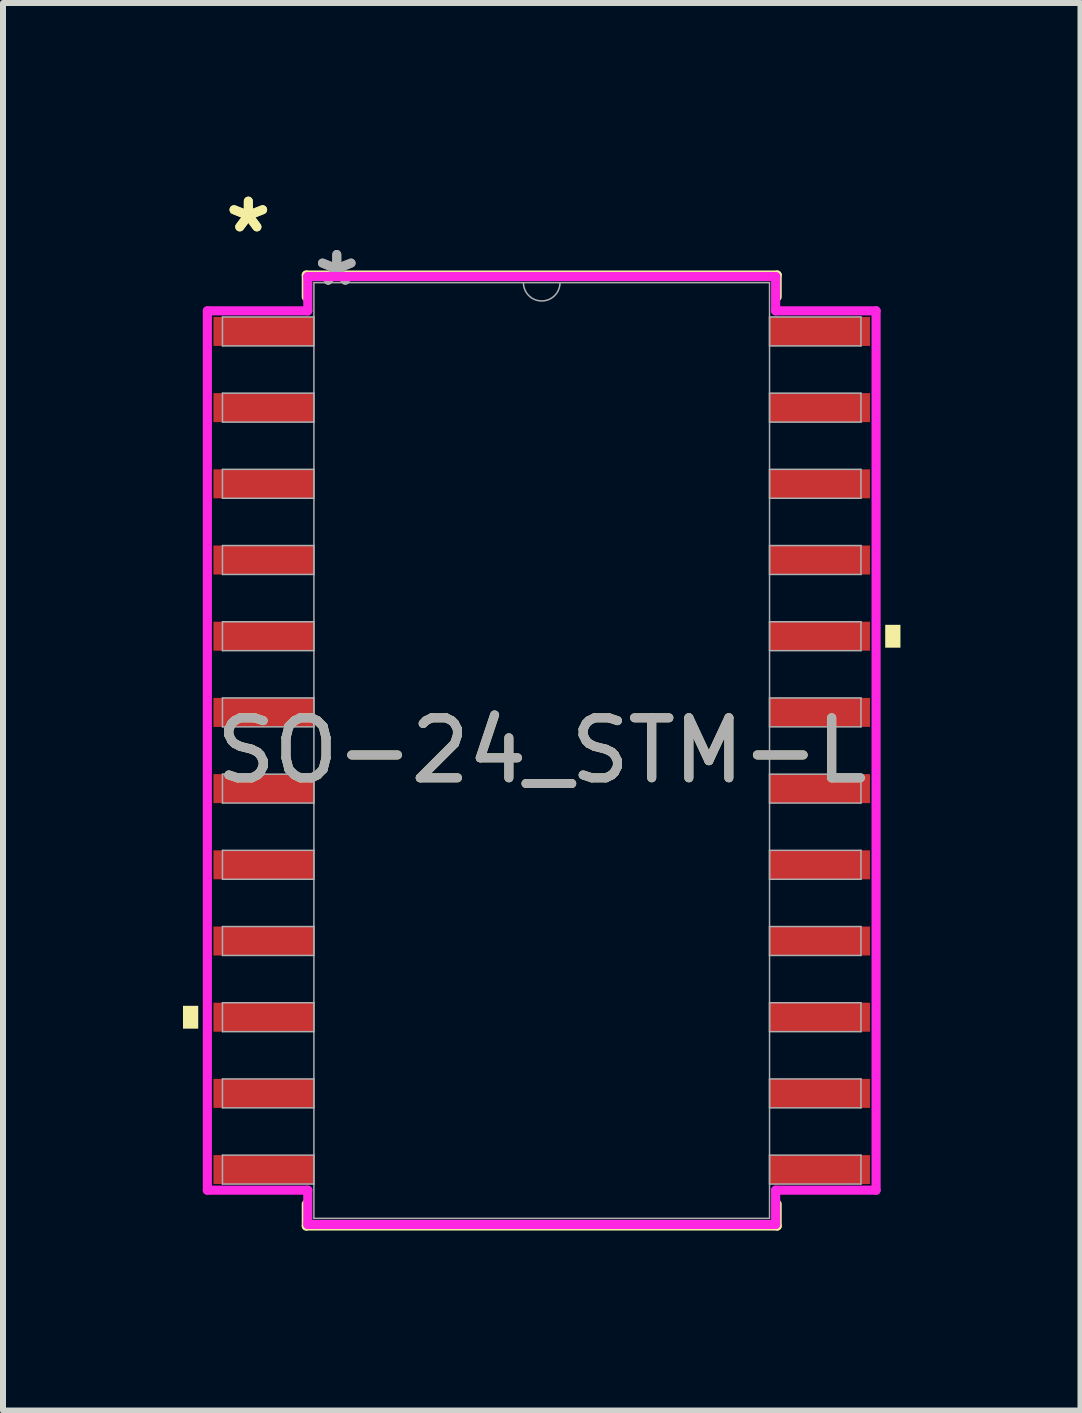
<source format=kicad_pcb>
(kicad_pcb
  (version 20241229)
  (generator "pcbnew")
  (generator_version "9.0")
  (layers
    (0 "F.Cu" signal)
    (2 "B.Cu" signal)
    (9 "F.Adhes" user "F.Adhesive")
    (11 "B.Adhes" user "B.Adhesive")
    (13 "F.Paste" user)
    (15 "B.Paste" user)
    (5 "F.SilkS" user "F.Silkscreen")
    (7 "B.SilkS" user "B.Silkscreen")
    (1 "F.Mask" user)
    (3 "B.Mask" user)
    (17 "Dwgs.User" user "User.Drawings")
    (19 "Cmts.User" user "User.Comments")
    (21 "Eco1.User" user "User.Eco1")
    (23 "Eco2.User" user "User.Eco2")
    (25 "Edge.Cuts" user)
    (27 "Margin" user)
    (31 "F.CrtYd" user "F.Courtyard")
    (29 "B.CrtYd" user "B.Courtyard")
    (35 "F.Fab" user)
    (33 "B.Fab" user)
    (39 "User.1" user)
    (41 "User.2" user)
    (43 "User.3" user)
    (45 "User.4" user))
  (footprint "SO-24_STM-L"
    (layer "F.Cu")
    (at 5.979 9.459)
    (property "Reference" "SO-24_STM-L" (at 0 0 0) (unlocked yes) (layer "F.SilkS") (effects (font (size 1 1) (thickness 0.15))))
    (attr smd)
    (fp_line (start -3.924 -7.925) (end -3.924 -7.559) (stroke (width 0.152) (type solid)) (layer "F.SilkS"))
    (fp_line (start -3.924 7.559) (end -3.924 7.925) (stroke (width 0.152) (type solid)) (layer "F.SilkS"))
    (fp_line (start -3.924 7.925) (end 3.924 7.925) (stroke (width 0.152) (type solid)) (layer "F.SilkS"))
    (fp_line (start 3.924 -7.925) (end -3.924 -7.925) (stroke (width 0.152) (type solid)) (layer "F.SilkS"))
    (fp_line (start 3.924 -7.559) (end 3.924 -7.925) (stroke (width 0.152) (type solid)) (layer "F.SilkS"))
    (fp_line (start 3.924 7.925) (end 3.924 7.559) (stroke (width 0.152) (type solid)) (layer "F.SilkS"))
    (fp_poly (pts (xy -5.979 4.255) (xy -5.979 4.636) (xy -5.725 4.636) (xy -5.725 4.255)) (stroke (width 0) (type solid)) (fill yes) (layer "F.SilkS"))
    (fp_poly (pts (xy 5.979 -2.095) (xy 5.979 -1.714) (xy 5.725 -1.714) (xy 5.725 -2.095)) (stroke (width 0) (type solid)) (fill yes) (layer "F.SilkS"))
    (fp_line (start -5.573 -7.328) (end -3.899 -7.328) (stroke (width 0.152) (type solid)) (layer "F.CrtYd"))
    (fp_line (start -5.573 7.328) (end -5.573 -7.328) (stroke (width 0.152) (type solid)) (layer "F.CrtYd"))
    (fp_line (start -5.573 7.328) (end -3.899 7.328) (stroke (width 0.152) (type solid)) (layer "F.CrtYd"))
    (fp_line (start -3.899 -7.899) (end 3.899 -7.899) (stroke (width 0.152) (type solid)) (layer "F.CrtYd"))
    (fp_line (start -3.899 -7.328) (end -3.899 -7.899) (stroke (width 0.152) (type solid)) (layer "F.CrtYd"))
    (fp_line (start -3.899 7.899) (end -3.899 7.328) (stroke (width 0.152) (type solid)) (layer "F.CrtYd"))
    (fp_line (start 3.899 -7.899) (end 3.899 -7.328) (stroke (width 0.152) (type solid)) (layer "F.CrtYd"))
    (fp_line (start 3.899 7.328) (end 3.899 7.899) (stroke (width 0.152) (type solid)) (layer "F.CrtYd"))
    (fp_line (start 3.899 7.899) (end -3.899 7.899) (stroke (width 0.152) (type solid)) (layer "F.CrtYd"))
    (fp_line (start 5.573 -7.328) (end 3.899 -7.328) (stroke (width 0.152) (type solid)) (layer "F.CrtYd"))
    (fp_line (start 5.573 -7.328) (end 5.573 7.328) (stroke (width 0.152) (type solid)) (layer "F.CrtYd"))
    (fp_line (start 5.573 7.328) (end 3.899 7.328) (stroke (width 0.152) (type solid)) (layer "F.CrtYd"))
    (fp_line (start -5.321 -7.226) (end -5.321 -6.744) (stroke (width 0.025) (type solid)) (layer "F.Fab"))
    (fp_line (start -5.321 -6.744) (end -3.797 -6.744) (stroke (width 0.025) (type solid)) (layer "F.Fab"))
    (fp_line (start -5.321 -5.956) (end -5.321 -5.474) (stroke (width 0.025) (type solid)) (layer "F.Fab"))
    (fp_line (start -5.321 -5.474) (end -3.797 -5.474) (stroke (width 0.025) (type solid)) (layer "F.Fab"))
    (fp_line (start -5.321 -4.686) (end -5.321 -4.204) (stroke (width 0.025) (type solid)) (layer "F.Fab"))
    (fp_line (start -5.321 -4.204) (end -3.797 -4.204) (stroke (width 0.025) (type solid)) (layer "F.Fab"))
    (fp_line (start -5.321 -3.416) (end -5.321 -2.934) (stroke (width 0.025) (type solid)) (layer "F.Fab"))
    (fp_line (start -5.321 -2.934) (end -3.797 -2.934) (stroke (width 0.025) (type solid)) (layer "F.Fab"))
    (fp_line (start -5.321 -2.146) (end -5.321 -1.664) (stroke (width 0.025) (type solid)) (layer "F.Fab"))
    (fp_line (start -5.321 -1.664) (end -3.797 -1.664) (stroke (width 0.025) (type solid)) (layer "F.Fab"))
    (fp_line (start -5.321 -0.876) (end -5.321 -0.394) (stroke (width 0.025) (type solid)) (layer "F.Fab"))
    (fp_line (start -5.321 -0.394) (end -3.797 -0.394) (stroke (width 0.025) (type solid)) (layer "F.Fab"))
    (fp_line (start -5.321 0.394) (end -5.321 0.876) (stroke (width 0.025) (type solid)) (layer "F.Fab"))
    (fp_line (start -5.321 0.876) (end -3.797 0.876) (stroke (width 0.025) (type solid)) (layer "F.Fab"))
    (fp_line (start -5.321 1.664) (end -5.321 2.146) (stroke (width 0.025) (type solid)) (layer "F.Fab"))
    (fp_line (start -5.321 2.146) (end -3.797 2.146) (stroke (width 0.025) (type solid)) (layer "F.Fab"))
    (fp_line (start -5.321 2.934) (end -5.321 3.416) (stroke (width 0.025) (type solid)) (layer "F.Fab"))
    (fp_line (start -5.321 3.416) (end -3.797 3.416) (stroke (width 0.025) (type solid)) (layer "F.Fab"))
    (fp_line (start -5.321 4.204) (end -5.321 4.686) (stroke (width 0.025) (type solid)) (layer "F.Fab"))
    (fp_line (start -5.321 4.686) (end -3.797 4.686) (stroke (width 0.025) (type solid)) (layer "F.Fab"))
    (fp_line (start -5.321 5.474) (end -5.321 5.956) (stroke (width 0.025) (type solid)) (layer "F.Fab"))
    (fp_line (start -5.321 5.956) (end -3.797 5.956) (stroke (width 0.025) (type solid)) (layer "F.Fab"))
    (fp_line (start -5.321 6.744) (end -5.321 7.226) (stroke (width 0.025) (type solid)) (layer "F.Fab"))
    (fp_line (start -5.321 7.226) (end -3.797 7.226) (stroke (width 0.025) (type solid)) (layer "F.Fab"))
    (fp_line (start -3.797 -7.798) (end -3.797 7.798) (stroke (width 0.025) (type solid)) (layer "F.Fab"))
    (fp_line (start -3.797 -7.226) (end -5.321 -7.226) (stroke (width 0.025) (type solid)) (layer "F.Fab"))
    (fp_line (start -3.797 -6.744) (end -3.797 -7.226) (stroke (width 0.025) (type solid)) (layer "F.Fab"))
    (fp_line (start -3.797 -5.956) (end -5.321 -5.956) (stroke (width 0.025) (type solid)) (layer "F.Fab"))
    (fp_line (start -3.797 -5.474) (end -3.797 -5.956) (stroke (width 0.025) (type solid)) (layer "F.Fab"))
    (fp_line (start -3.797 -4.686) (end -5.321 -4.686) (stroke (width 0.025) (type solid)) (layer "F.Fab"))
    (fp_line (start -3.797 -4.204) (end -3.797 -4.686) (stroke (width 0.025) (type solid)) (layer "F.Fab"))
    (fp_line (start -3.797 -3.416) (end -5.321 -3.416) (stroke (width 0.025) (type solid)) (layer "F.Fab"))
    (fp_line (start -3.797 -2.934) (end -3.797 -3.416) (stroke (width 0.025) (type solid)) (layer "F.Fab"))
    (fp_line (start -3.797 -2.146) (end -5.321 -2.146) (stroke (width 0.025) (type solid)) (layer "F.Fab"))
    (fp_line (start -3.797 -1.664) (end -3.797 -2.146) (stroke (width 0.025) (type solid)) (layer "F.Fab"))
    (fp_line (start -3.797 -0.876) (end -5.321 -0.876) (stroke (width 0.025) (type solid)) (layer "F.Fab"))
    (fp_line (start -3.797 -0.394) (end -3.797 -0.876) (stroke (width 0.025) (type solid)) (layer "F.Fab"))
    (fp_line (start -3.797 0.394) (end -5.321 0.394) (stroke (width 0.025) (type solid)) (layer "F.Fab"))
    (fp_line (start -3.797 0.876) (end -3.797 0.394) (stroke (width 0.025) (type solid)) (layer "F.Fab"))
    (fp_line (start -3.797 1.664) (end -5.321 1.664) (stroke (width 0.025) (type solid)) (layer "F.Fab"))
    (fp_line (start -3.797 2.146) (end -3.797 1.664) (stroke (width 0.025) (type solid)) (layer "F.Fab"))
    (fp_line (start -3.797 2.934) (end -5.321 2.934) (stroke (width 0.025) (type solid)) (layer "F.Fab"))
    (fp_line (start -3.797 3.416) (end -3.797 2.934) (stroke (width 0.025) (type solid)) (layer "F.Fab"))
    (fp_line (start -3.797 4.204) (end -5.321 4.204) (stroke (width 0.025) (type solid)) (layer "F.Fab"))
    (fp_line (start -3.797 4.686) (end -3.797 4.204) (stroke (width 0.025) (type solid)) (layer "F.Fab"))
    (fp_line (start -3.797 5.474) (end -5.321 5.474) (stroke (width 0.025) (type solid)) (layer "F.Fab"))
    (fp_line (start -3.797 5.956) (end -3.797 5.474) (stroke (width 0.025) (type solid)) (layer "F.Fab"))
    (fp_line (start -3.797 6.744) (end -5.321 6.744) (stroke (width 0.025) (type solid)) (layer "F.Fab"))
    (fp_line (start -3.797 7.226) (end -3.797 6.744) (stroke (width 0.025) (type solid)) (layer "F.Fab"))
    (fp_line (start -3.797 7.798) (end 3.797 7.798) (stroke (width 0.025) (type solid)) (layer "F.Fab"))
    (fp_line (start 3.797 -7.798) (end -3.797 -7.798) (stroke (width 0.025) (type solid)) (layer "F.Fab"))
    (fp_line (start 3.797 -7.226) (end 3.797 -6.744) (stroke (width 0.025) (type solid)) (layer "F.Fab"))
    (fp_line (start 3.797 -6.744) (end 5.321 -6.744) (stroke (width 0.025) (type solid)) (layer "F.Fab"))
    (fp_line (start 3.797 -5.956) (end 3.797 -5.474) (stroke (width 0.025) (type solid)) (layer "F.Fab"))
    (fp_line (start 3.797 -5.474) (end 5.321 -5.474) (stroke (width 0.025) (type solid)) (layer "F.Fab"))
    (fp_line (start 3.797 -4.686) (end 3.797 -4.204) (stroke (width 0.025) (type solid)) (layer "F.Fab"))
    (fp_line (start 3.797 -4.204) (end 5.321 -4.204) (stroke (width 0.025) (type solid)) (layer "F.Fab"))
    (fp_line (start 3.797 -3.416) (end 3.797 -2.934) (stroke (width 0.025) (type solid)) (layer "F.Fab"))
    (fp_line (start 3.797 -2.934) (end 5.321 -2.934) (stroke (width 0.025) (type solid)) (layer "F.Fab"))
    (fp_line (start 3.797 -2.146) (end 3.797 -1.664) (stroke (width 0.025) (type solid)) (layer "F.Fab"))
    (fp_line (start 3.797 -1.664) (end 5.321 -1.664) (stroke (width 0.025) (type solid)) (layer "F.Fab"))
    (fp_line (start 3.797 -0.876) (end 3.797 -0.394) (stroke (width 0.025) (type solid)) (layer "F.Fab"))
    (fp_line (start 3.797 -0.394) (end 5.321 -0.394) (stroke (width 0.025) (type solid)) (layer "F.Fab"))
    (fp_line (start 3.797 0.394) (end 3.797 0.876) (stroke (width 0.025) (type solid)) (layer "F.Fab"))
    (fp_line (start 3.797 0.876) (end 5.321 0.876) (stroke (width 0.025) (type solid)) (layer "F.Fab"))
    (fp_line (start 3.797 1.664) (end 3.797 2.146) (stroke (width 0.025) (type solid)) (layer "F.Fab"))
    (fp_line (start 3.797 2.146) (end 5.321 2.146) (stroke (width 0.025) (type solid)) (layer "F.Fab"))
    (fp_line (start 3.797 2.934) (end 3.797 3.416) (stroke (width 0.025) (type solid)) (layer "F.Fab"))
    (fp_line (start 3.797 3.416) (end 5.321 3.416) (stroke (width 0.025) (type solid)) (layer "F.Fab"))
    (fp_line (start 3.797 4.204) (end 3.797 4.686) (stroke (width 0.025) (type solid)) (layer "F.Fab"))
    (fp_line (start 3.797 4.686) (end 5.321 4.686) (stroke (width 0.025) (type solid)) (layer "F.Fab"))
    (fp_line (start 3.797 5.474) (end 3.797 5.956) (stroke (width 0.025) (type solid)) (layer "F.Fab"))
    (fp_line (start 3.797 5.956) (end 5.321 5.956) (stroke (width 0.025) (type solid)) (layer "F.Fab"))
    (fp_line (start 3.797 6.744) (end 3.797 7.226) (stroke (width 0.025) (type solid)) (layer "F.Fab"))
    (fp_line (start 3.797 7.226) (end 5.321 7.226) (stroke (width 0.025) (type solid)) (layer "F.Fab"))
    (fp_line (start 3.797 7.798) (end 3.797 -7.798) (stroke (width 0.025) (type solid)) (layer "F.Fab"))
    (fp_line (start 5.321 -7.226) (end 3.797 -7.226) (stroke (width 0.025) (type solid)) (layer "F.Fab"))
    (fp_line (start 5.321 -6.744) (end 5.321 -7.226) (stroke (width 0.025) (type solid)) (layer "F.Fab"))
    (fp_line (start 5.321 -5.956) (end 3.797 -5.956) (stroke (width 0.025) (type solid)) (layer "F.Fab"))
    (fp_line (start 5.321 -5.474) (end 5.321 -5.956) (stroke (width 0.025) (type solid)) (layer "F.Fab"))
    (fp_line (start 5.321 -4.686) (end 3.797 -4.686) (stroke (width 0.025) (type solid)) (layer "F.Fab"))
    (fp_line (start 5.321 -4.204) (end 5.321 -4.686) (stroke (width 0.025) (type solid)) (layer "F.Fab"))
    (fp_line (start 5.321 -3.416) (end 3.797 -3.416) (stroke (width 0.025) (type solid)) (layer "F.Fab"))
    (fp_line (start 5.321 -2.934) (end 5.321 -3.416) (stroke (width 0.025) (type solid)) (layer "F.Fab"))
    (fp_line (start 5.321 -2.146) (end 3.797 -2.146) (stroke (width 0.025) (type solid)) (layer "F.Fab"))
    (fp_line (start 5.321 -1.664) (end 5.321 -2.146) (stroke (width 0.025) (type solid)) (layer "F.Fab"))
    (fp_line (start 5.321 -0.876) (end 3.797 -0.876) (stroke (width 0.025) (type solid)) (layer "F.Fab"))
    (fp_line (start 5.321 -0.394) (end 5.321 -0.876) (stroke (width 0.025) (type solid)) (layer "F.Fab"))
    (fp_line (start 5.321 0.394) (end 3.797 0.394) (stroke (width 0.025) (type solid)) (layer "F.Fab"))
    (fp_line (start 5.321 0.876) (end 5.321 0.394) (stroke (width 0.025) (type solid)) (layer "F.Fab"))
    (fp_line (start 5.321 1.664) (end 3.797 1.664) (stroke (width 0.025) (type solid)) (layer "F.Fab"))
    (fp_line (start 5.321 2.146) (end 5.321 1.664) (stroke (width 0.025) (type solid)) (layer "F.Fab"))
    (fp_line (start 5.321 2.934) (end 3.797 2.934) (stroke (width 0.025) (type solid)) (layer "F.Fab"))
    (fp_line (start 5.321 3.416) (end 5.321 2.934) (stroke (width 0.025) (type solid)) (layer "F.Fab"))
    (fp_line (start 5.321 4.204) (end 3.797 4.204) (stroke (width 0.025) (type solid)) (layer "F.Fab"))
    (fp_line (start 5.321 4.686) (end 5.321 4.204) (stroke (width 0.025) (type solid)) (layer "F.Fab"))
    (fp_line (start 5.321 5.474) (end 3.797 5.474) (stroke (width 0.025) (type solid)) (layer "F.Fab"))
    (fp_line (start 5.321 5.956) (end 5.321 5.474) (stroke (width 0.025) (type solid)) (layer "F.Fab"))
    (fp_line (start 5.321 6.744) (end 3.797 6.744) (stroke (width 0.025) (type solid)) (layer "F.Fab"))
    (fp_line (start 5.321 7.226) (end 5.321 6.744) (stroke (width 0.025) (type solid)) (layer "F.Fab"))
    (fp_arc (start 0.3048 -7.7978) (mid 0 -7.493) (end -0.3048 -7.7978) (stroke (width 0.0254) (type solid)) (layer "F.Fab"))
    (fp_text user "*" (at -4.89 -8.611 0) (unlocked yes) (layer "F.SilkS") (effects (font (size 1 1) (thickness 0.15))))
    (fp_text user "*" (at -4.89 -8.611 0) (layer "F.SilkS") (effects (font (size 1 1) (thickness 0.15))))
    (fp_text user "*" (at -3.416 -7.722 0) (unlocked yes) (layer "F.Fab") (effects (font (size 1 1) (thickness 0.15))))
    (fp_text user "*" (at -3.416 -7.722 0) (layer "F.Fab") (effects (font (size 1 1) (thickness 0.15))))
    (fp_text user "${REFERENCE}" (at 0 0 0) (unlocked yes) (layer "F.Fab") (effects (font (size 1 1) (thickness 0.15))))
    (pad "1" smd rect (at -4.636 -6.985) (size 1.67 0.483) (layers "F.Cu" "F.Mask" "F.Paste"))
    (pad "2" smd rect (at -4.636 -5.715) (size 1.67 0.483) (layers "F.Cu" "F.Mask" "F.Paste"))
    (pad "3" smd rect (at -4.636 -4.445) (size 1.67 0.483) (layers "F.Cu" "F.Mask" "F.Paste"))
    (pad "4" smd rect (at -4.636 -3.175) (size 1.67 0.483) (layers "F.Cu" "F.Mask" "F.Paste"))
    (pad "5" smd rect (at -4.636 -1.905) (size 1.67 0.483) (layers "F.Cu" "F.Mask" "F.Paste"))
    (pad "6" smd rect (at -4.636 -0.635) (size 1.67 0.483) (layers "F.Cu" "F.Mask" "F.Paste"))
    (pad "7" smd rect (at -4.636 0.635) (size 1.67 0.483) (layers "F.Cu" "F.Mask" "F.Paste"))
    (pad "8" smd rect (at -4.636 1.905) (size 1.67 0.483) (layers "F.Cu" "F.Mask" "F.Paste"))
    (pad "9" smd rect (at -4.636 3.175) (size 1.67 0.483) (layers "F.Cu" "F.Mask" "F.Paste"))
    (pad "10" smd rect (at -4.636 4.445) (size 1.67 0.483) (layers "F.Cu" "F.Mask" "F.Paste"))
    (pad "11" smd rect (at -4.636 5.715) (size 1.67 0.483) (layers "F.Cu" "F.Mask" "F.Paste"))
    (pad "12" smd rect (at -4.636 6.985) (size 1.67 0.483) (layers "F.Cu" "F.Mask" "F.Paste"))
    (pad "13" smd rect (at 4.636 6.985) (size 1.67 0.483) (layers "F.Cu" "F.Mask" "F.Paste"))
    (pad "14" smd rect (at 4.636 5.715) (size 1.67 0.483) (layers "F.Cu" "F.Mask" "F.Paste"))
    (pad "15" smd rect (at 4.636 4.445) (size 1.67 0.483) (layers "F.Cu" "F.Mask" "F.Paste"))
    (pad "16" smd rect (at 4.636 3.175) (size 1.67 0.483) (layers "F.Cu" "F.Mask" "F.Paste"))
    (pad "17" smd rect (at 4.636 1.905) (size 1.67 0.483) (layers "F.Cu" "F.Mask" "F.Paste"))
    (pad "18" smd rect (at 4.636 0.635) (size 1.67 0.483) (layers "F.Cu" "F.Mask" "F.Paste"))
    (pad "19" smd rect (at 4.636 -0.635) (size 1.67 0.483) (layers "F.Cu" "F.Mask" "F.Paste"))
    (pad "20" smd rect (at 4.636 -1.905) (size 1.67 0.483) (layers "F.Cu" "F.Mask" "F.Paste"))
    (pad "21" smd rect (at 4.636 -3.175) (size 1.67 0.483) (layers "F.Cu" "F.Mask" "F.Paste"))
    (pad "22" smd rect (at 4.636 -4.445) (size 1.67 0.483) (layers "F.Cu" "F.Mask" "F.Paste"))
    (pad "23" smd rect (at 4.636 -5.715) (size 1.67 0.483) (layers "F.Cu" "F.Mask" "F.Paste"))
    (pad "24" smd rect (at 4.636 -6.985) (size 1.67 0.483) (layers "F.Cu" "F.Mask" "F.Paste")))
  (gr_rect
    (start -3 -3)
    (end 14.959 20.46)
    (stroke (width 0.1) (type default))
    (fill no)
    (layer "Edge.Cuts")))
</source>
